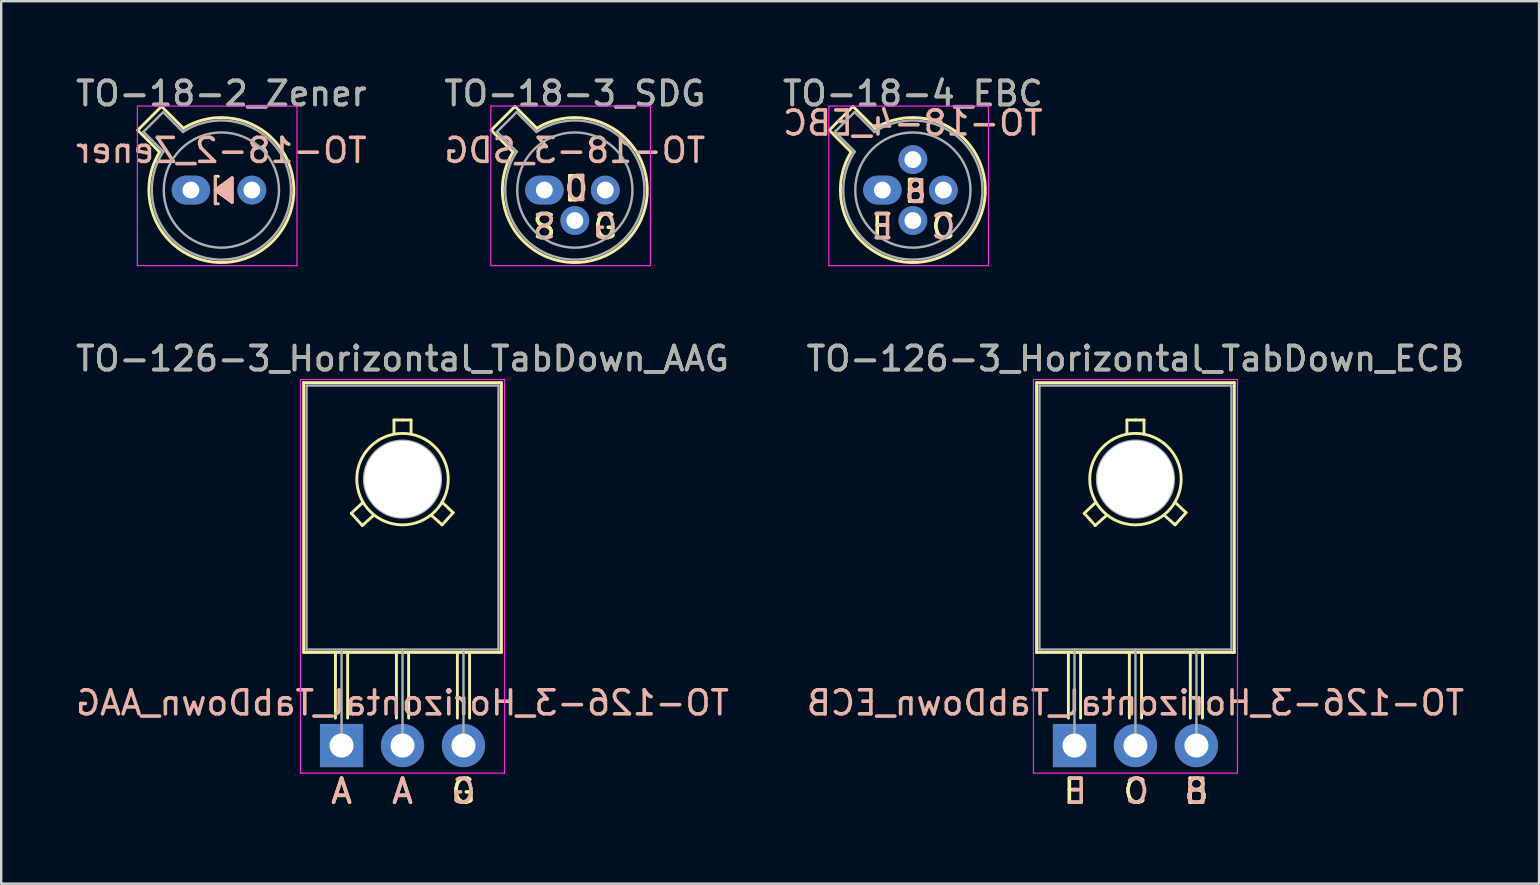
<source format=kicad_pcb>
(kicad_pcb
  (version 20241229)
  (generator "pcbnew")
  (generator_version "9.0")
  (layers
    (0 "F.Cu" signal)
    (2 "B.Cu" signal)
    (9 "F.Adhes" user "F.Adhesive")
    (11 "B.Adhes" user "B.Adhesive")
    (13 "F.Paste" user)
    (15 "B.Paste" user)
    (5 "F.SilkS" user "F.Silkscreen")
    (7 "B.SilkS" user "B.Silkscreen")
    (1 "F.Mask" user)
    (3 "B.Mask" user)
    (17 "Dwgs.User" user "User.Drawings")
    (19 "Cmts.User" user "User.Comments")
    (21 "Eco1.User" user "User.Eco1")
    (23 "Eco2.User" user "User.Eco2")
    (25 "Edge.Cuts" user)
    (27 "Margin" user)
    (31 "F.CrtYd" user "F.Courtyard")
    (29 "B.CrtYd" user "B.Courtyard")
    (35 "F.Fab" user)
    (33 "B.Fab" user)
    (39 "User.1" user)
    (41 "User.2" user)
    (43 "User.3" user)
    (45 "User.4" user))
  (footprint "TO-126-3_Horizontal_TabDown_AAG"
    (layer "F.Cu")
    (at 11.18 28.012)
    (property "Reference" "TO-126-3_Horizontal_TabDown_AAG" (at 2.54 -16.12 0) (layer "F.SilkS") (effects (font (size 1 1) (thickness 0.15))))
    (fp_line (start -1.58 -15.12) (end -1.58 -3.88) (stroke (width 0.12) (type solid)) (layer "F.SilkS"))
    (fp_line (start -1.58 -15.12) (end 6.66 -15.12) (stroke (width 0.12) (type solid)) (layer "F.SilkS"))
    (fp_line (start -1.58 -3.88) (end 6.66 -3.88) (stroke (width 0.12) (type solid)) (layer "F.SilkS"))
    (fp_line (start -0.254 -1.143) (end -0.254 -3.873) (stroke (width 0.12) (type solid)) (layer "F.SilkS"))
    (fp_line (start 0.254 -3.873) (end 0.254 -1.143) (stroke (width 0.12) (type solid)) (layer "F.SilkS"))
    (fp_line (start 0.406 -9.677) (end 0.864 -10.109) (stroke (width 0.12) (type solid)) (layer "F.SilkS"))
    (fp_line (start 0.635 -9.423) (end 0.406 -9.677) (stroke (width 0.12) (type solid)) (layer "F.SilkS"))
    (fp_line (start 0.864 -9.169) (end 0.635 -9.423) (stroke (width 0.12) (type solid)) (layer "F.SilkS"))
    (fp_line (start 0.864 -9.169) (end 1.321 -9.576) (stroke (width 0.12) (type solid)) (layer "F.SilkS"))
    (fp_line (start 2.184 -13.564) (end 2.184 -13.005) (stroke (width 0.12) (type solid)) (layer "F.SilkS"))
    (fp_line (start 2.184 -13.564) (end 2.54 -13.564) (stroke (width 0.12) (type solid)) (layer "F.SilkS"))
    (fp_line (start 2.286 -1.143) (end 2.286 -3.873) (stroke (width 0.12) (type solid)) (layer "F.SilkS"))
    (fp_line (start 2.54 -13.564) (end 2.896 -13.564) (stroke (width 0.12) (type solid)) (layer "F.SilkS"))
    (fp_line (start 2.794 -3.873) (end 2.794 -1.143) (stroke (width 0.12) (type solid)) (layer "F.SilkS"))
    (fp_line (start 2.896 -13.564) (end 2.896 -12.979) (stroke (width 0.12) (type solid)) (layer "F.SilkS"))
    (fp_line (start 4.191 -9.195) (end 3.734 -9.601) (stroke (width 0.12) (type solid)) (layer "F.SilkS"))
    (fp_line (start 4.191 -9.195) (end 4.42 -9.449) (stroke (width 0.12) (type solid)) (layer "F.SilkS"))
    (fp_line (start 4.42 -9.449) (end 4.648 -9.703) (stroke (width 0.12) (type solid)) (layer "F.SilkS"))
    (fp_line (start 4.648 -9.703) (end 4.191 -10.135) (stroke (width 0.12) (type solid)) (layer "F.SilkS"))
    (fp_line (start 4.826 -1.143) (end 4.826 -3.873) (stroke (width 0.12) (type solid)) (layer "F.SilkS"))
    (fp_line (start 5.334 -3.873) (end 5.334 -1.143) (stroke (width 0.12) (type solid)) (layer "F.SilkS"))
    (fp_line (start 6.66 -15.12) (end 6.66 -3.88) (stroke (width 0.12) (type solid)) (layer "F.SilkS"))
    (fp_circle (center 2.54 -11.1) (end 4.445 -11.125) (stroke (width 0.12) (type solid)) (fill no) (layer "F.SilkS"))
    (fp_line (start -1.71 -15.25) (end -1.71 1.15) (stroke (width 0.05) (type solid)) (layer "F.CrtYd"))
    (fp_line (start -1.71 1.15) (end 6.79 1.15) (stroke (width 0.05) (type solid)) (layer "F.CrtYd"))
    (fp_line (start 6.79 -15.25) (end -1.71 -15.25) (stroke (width 0.05) (type solid)) (layer "F.CrtYd"))
    (fp_line (start 6.79 1.15) (end 6.79 -15.25) (stroke (width 0.05) (type solid)) (layer "F.CrtYd"))
    (fp_line (start -1.46 -15) (end 6.54 -15) (stroke (width 0.1) (type solid)) (layer "F.Fab"))
    (fp_line (start -1.46 -4) (end -1.46 -15) (stroke (width 0.1) (type solid)) (layer "F.Fab"))
    (fp_line (start 0 -4) (end 0 0) (stroke (width 0.1) (type solid)) (layer "F.Fab"))
    (fp_line (start 2.54 -4) (end 2.54 0) (stroke (width 0.1) (type solid)) (layer "F.Fab"))
    (fp_line (start 5.08 -4) (end 5.08 0) (stroke (width 0.1) (type solid)) (layer "F.Fab"))
    (fp_line (start 6.54 -15) (end 6.54 -4) (stroke (width 0.1) (type solid)) (layer "F.Fab"))
    (fp_line (start 6.54 -4) (end -1.46 -4) (stroke (width 0.1) (type solid)) (layer "F.Fab"))
    (fp_circle (center 2.54 -11.1) (end 4.14 -11.1) (stroke (width 0.1) (type solid)) (fill no) (layer "F.Fab"))
    (fp_text user "G" (at 5.08 1.905 0) (unlocked yes) (layer "F.SilkS") (effects (font (size 1 1) (thickness 0.15))))
    (fp_text user "A" (at 0 1.905 0) (unlocked yes) (layer "F.SilkS") (effects (font (size 1 1) (thickness 0.15))))
    (fp_text user "A" (at 2.54 1.905 0) (unlocked yes) (layer "F.SilkS") (effects (font (size 1 1) (thickness 0.15))))
    (fp_text user "A" (at 2.54 1.905 0) (unlocked yes) (layer "B.SilkS") (effects (font (size 1 1) (thickness 0.15)) (justify mirror)))
    (fp_text user "${REFERENCE}" (at 2.54 -1.778 0) (layer "B.SilkS") (effects (font (size 1 1) (thickness 0.15)) (justify mirror)))
    (fp_text user "A" (at 0 1.905 0) (unlocked yes) (layer "B.SilkS") (effects (font (size 1 1) (thickness 0.15)) (justify mirror)))
    (fp_text user "G" (at 5.08 1.905 0) (unlocked yes) (layer "B.SilkS") (effects (font (size 1 1) (thickness 0.15)) (justify mirror)))
    (fp_text user "${REFERENCE}" (at 2.54 -16.12 0) (layer "F.Fab") (effects (font (size 1 1) (thickness 0.15))))
    (pad "" np_thru_hole oval (at 2.54 -11.1) (size 3.2 3.2) (drill 3.2) (layers "*.Cu" "*.Mask"))
    (pad "1" thru_hole rect (at 0 0) (size 1.8 1.8) (drill 1) (layers "*.Cu" "*.Mask"))
    (pad "2" thru_hole oval (at 2.54 0) (size 1.8 1.8) (drill 1) (layers "*.Cu" "*.Mask"))
    (pad "3" thru_hole oval (at 5.08 0) (size 1.8 1.8) (drill 1) (layers "*.Cu" "*.Mask")))
  (footprint "TO-18-2_Zener"
    (layer "F.Cu")
    (at 4.903 4.868)
    (property "Reference" "TO-18-2_Zener" (at 1.27 -4.02 0) (layer "F.SilkS") (effects (font (size 1 1) (thickness 0.15))))
    (fp_line (start -2.214 -2.494) (end -1.302 -1.582) (stroke (width 0.12) (type solid)) (layer "F.SilkS"))
    (fp_line (start -1.224 -3.484) (end -2.214 -2.494) (stroke (width 0.12) (type solid)) (layer "F.SilkS"))
    (fp_line (start -0.312 -2.572) (end -1.224 -3.484) (stroke (width 0.12) (type solid)) (layer "F.SilkS"))
    (fp_line (start 1.016 -0.572) (end 1.143 -0.572) (stroke (width 0.12) (type solid)) (layer "F.SilkS"))
    (fp_line (start 1.016 0) (end 1.714 -0.508) (stroke (width 0.12) (type solid)) (layer "F.SilkS"))
    (fp_line (start 1.016 0.572) (end 1.016 -0.572) (stroke (width 0.12) (type solid)) (layer "F.SilkS"))
    (fp_line (start 1.714 -0.508) (end 1.714 0.508) (stroke (width 0.12) (type solid)) (layer "F.SilkS"))
    (fp_line (start 1.714 0.508) (end 1.016 0) (stroke (width 0.12) (type solid)) (layer "F.SilkS"))
    (fp_arc (start -0.312331 -2.572281) (mid 3.405374 2.135551) (end -1.30215 -1.582544) (stroke (width 0.12) (type solid)) (layer "F.SilkS"))
    (fp_poly (pts (xy 1.016 0) (xy 1.714 -0.508) (xy 1.714 0.508)) (stroke (width 0.1) (type solid)) (fill yes) (layer "F.SilkS"))
    (fp_line (start 1.016 -0.572) (end 1.016 0.572) (stroke (width 0.12) (type solid)) (layer "B.SilkS"))
    (fp_line (start 1.016 0) (end 1.714 0.508) (stroke (width 0.12) (type solid)) (layer "B.SilkS"))
    (fp_line (start 1.016 0.572) (end 1.143 0.572) (stroke (width 0.12) (type solid)) (layer "B.SilkS"))
    (fp_line (start 1.714 -0.508) (end 1.016 0) (stroke (width 0.12) (type solid)) (layer "B.SilkS"))
    (fp_line (start 1.714 0.508) (end 1.714 -0.508) (stroke (width 0.12) (type solid)) (layer "B.SilkS"))
    (fp_poly (pts (xy 1.016 0) (xy 1.714 0.508) (xy 1.714 -0.508)) (stroke (width 0.1) (type solid)) (fill yes) (layer "B.SilkS"))
    (fp_line (start -2.23 -3.5) (end -2.23 3.15) (stroke (width 0.05) (type solid)) (layer "F.CrtYd"))
    (fp_line (start -2.23 3.15) (end 4.42 3.15) (stroke (width 0.05) (type solid)) (layer "F.CrtYd"))
    (fp_line (start 4.42 -3.5) (end -2.23 -3.5) (stroke (width 0.05) (type solid)) (layer "F.CrtYd"))
    (fp_line (start 4.42 3.15) (end 4.42 -3.5) (stroke (width 0.05) (type solid)) (layer "F.CrtYd"))
    (fp_line (start -1.977 -2.426) (end -1.149 -1.599) (stroke (width 0.1) (type solid)) (layer "F.Fab"))
    (fp_line (start -1.156 -3.247) (end -1.977 -2.426) (stroke (width 0.1) (type solid)) (layer "F.Fab"))
    (fp_line (start -0.329 -2.419) (end -1.156 -3.247) (stroke (width 0.1) (type solid)) (layer "F.Fab"))
    (fp_arc (start -0.329057 -2.419301) (mid 3.321076 2.050143) (end -1.150029 -1.597956) (stroke (width 0.1) (type solid)) (layer "F.Fab"))
    (fp_circle (center 1.27 0) (end 3.67 0) (stroke (width 0.1) (type solid)) (fill no) (layer "F.Fab"))
    (fp_text user "${REFERENCE}" (at 1.27 -1.651 0) (layer "B.SilkS") (effects (font (size 1 1) (thickness 0.15)) (justify mirror)))
    (fp_text user "${REFERENCE}" (at 1.27 -4.02 0) (layer "F.Fab") (effects (font (size 1 1) (thickness 0.15))))
    (pad "1" thru_hole oval (at 0 0) (size 1.6 1.2) (drill 0.7) (layers "*.Cu" "*.Mask"))
    (pad "2" thru_hole oval (at 2.54 0) (size 1.2 1.2) (drill 0.7) (layers "*.Cu" "*.Mask")))
  (footprint "TO-18-3_SDG"
    (layer "F.Cu")
    (at 19.629 4.868)
    (property "Reference" "TO-18-3_SDG" (at 1.27 -4.02 0) (layer "F.SilkS") (effects (font (size 1 1) (thickness 0.15))))
    (fp_line (start -2.214 -2.494) (end -1.302 -1.582) (stroke (width 0.12) (type solid)) (layer "F.SilkS"))
    (fp_line (start -1.224 -3.484) (end -2.214 -2.494) (stroke (width 0.12) (type solid)) (layer "F.SilkS"))
    (fp_line (start -0.312 -2.572) (end -1.224 -3.484) (stroke (width 0.12) (type solid)) (layer "F.SilkS"))
    (fp_arc (start -0.312331 -2.572281) (mid 3.405374 2.135551) (end -1.30215 -1.582544) (stroke (width 0.12) (type solid)) (layer "F.SilkS"))
    (fp_line (start -2.23 -3.5) (end -2.23 3.15) (stroke (width 0.05) (type solid)) (layer "F.CrtYd"))
    (fp_line (start -2.23 3.15) (end 4.42 3.15) (stroke (width 0.05) (type solid)) (layer "F.CrtYd"))
    (fp_line (start 4.42 -3.5) (end -2.23 -3.5) (stroke (width 0.05) (type solid)) (layer "F.CrtYd"))
    (fp_line (start 4.42 3.15) (end 4.42 -3.5) (stroke (width 0.05) (type solid)) (layer "F.CrtYd"))
    (fp_line (start -1.977 -2.426) (end -1.149 -1.599) (stroke (width 0.1) (type solid)) (layer "F.Fab"))
    (fp_line (start -1.156 -3.247) (end -1.977 -2.426) (stroke (width 0.1) (type solid)) (layer "F.Fab"))
    (fp_line (start -0.329 -2.419) (end -1.156 -3.247) (stroke (width 0.1) (type solid)) (layer "F.Fab"))
    (fp_arc (start -0.329057 -2.419301) (mid 3.321076 2.050143) (end -1.150029 -1.597956) (stroke (width 0.1) (type solid)) (layer "F.Fab"))
    (fp_circle (center 1.27 0) (end 3.67 0) (stroke (width 0.1) (type solid)) (fill no) (layer "F.Fab"))
    (fp_text user "S" (at 0 1.524 0) (unlocked yes) (layer "F.SilkS") (effects (font (size 1 1) (thickness 0.15))))
    (fp_text user "D" (at 1.321 -0.051 0) (unlocked yes) (layer "F.SilkS") (effects (font (size 1 1) (thickness 0.15))))
    (fp_text user "G" (at 2.54 1.524 0) (unlocked yes) (layer "F.SilkS") (effects (font (size 1 1) (thickness 0.15))))
    (fp_text user "D" (at 1.333 -0.064 0) (unlocked yes) (layer "B.SilkS") (effects (font (size 1 1) (thickness 0.15)) (justify mirror)))
    (fp_text user "G" (at 2.54 1.524 0) (unlocked yes) (layer "B.SilkS") (effects (font (size 1 1) (thickness 0.15)) (justify mirror)))
    (fp_text user "S" (at 0 1.524 0) (unlocked yes) (layer "B.SilkS") (effects (font (size 1 1) (thickness 0.15)) (justify mirror)))
    (fp_text user "${REFERENCE}" (at 1.27 -1.651 0) (layer "B.SilkS") (effects (font (size 1 1) (thickness 0.15)) (justify mirror)))
    (fp_text user "${REFERENCE}" (at 1.27 -4.02 0) (layer "F.Fab") (effects (font (size 1 1) (thickness 0.15))))
    (pad "1" thru_hole oval (at 0 0) (size 1.6 1.2) (drill 0.7) (layers "*.Cu" "*.Mask"))
    (pad "2" thru_hole oval (at 1.27 1.27) (size 1.2 1.2) (drill 0.7) (layers "*.Cu" "*.Mask"))
    (pad "3" thru_hole oval (at 2.54 0) (size 1.2 1.2) (drill 0.7) (layers "*.Cu" "*.Mask")))
  (footprint "TO-126-3_Horizontal_TabDown_ECB"
    (layer "F.Cu")
    (at 41.716 28.012)
    (property "Reference" "TO-126-3_Horizontal_TabDown_ECB" (at 2.54 -16.12 0) (layer "F.SilkS") (effects (font (size 1 1) (thickness 0.15))))
    (fp_line (start -1.58 -15.12) (end -1.58 -3.88) (stroke (width 0.12) (type solid)) (layer "F.SilkS"))
    (fp_line (start -1.58 -15.12) (end 6.66 -15.12) (stroke (width 0.12) (type solid)) (layer "F.SilkS"))
    (fp_line (start -1.58 -3.88) (end 6.66 -3.88) (stroke (width 0.12) (type solid)) (layer "F.SilkS"))
    (fp_line (start -0.254 -1.143) (end -0.254 -3.873) (stroke (width 0.12) (type solid)) (layer "F.SilkS"))
    (fp_line (start 0.254 -3.873) (end 0.254 -1.143) (stroke (width 0.12) (type solid)) (layer "F.SilkS"))
    (fp_line (start 0.406 -9.677) (end 0.864 -10.109) (stroke (width 0.12) (type solid)) (layer "F.SilkS"))
    (fp_line (start 0.635 -9.423) (end 0.406 -9.677) (stroke (width 0.12) (type solid)) (layer "F.SilkS"))
    (fp_line (start 0.864 -9.169) (end 0.635 -9.423) (stroke (width 0.12) (type solid)) (layer "F.SilkS"))
    (fp_line (start 0.864 -9.169) (end 1.321 -9.576) (stroke (width 0.12) (type solid)) (layer "F.SilkS"))
    (fp_line (start 2.184 -13.564) (end 2.184 -13.005) (stroke (width 0.12) (type solid)) (layer "F.SilkS"))
    (fp_line (start 2.184 -13.564) (end 2.54 -13.564) (stroke (width 0.12) (type solid)) (layer "F.SilkS"))
    (fp_line (start 2.286 -1.143) (end 2.286 -3.873) (stroke (width 0.12) (type solid)) (layer "F.SilkS"))
    (fp_line (start 2.54 -13.564) (end 2.896 -13.564) (stroke (width 0.12) (type solid)) (layer "F.SilkS"))
    (fp_line (start 2.794 -3.873) (end 2.794 -1.143) (stroke (width 0.12) (type solid)) (layer "F.SilkS"))
    (fp_line (start 2.896 -13.564) (end 2.896 -12.979) (stroke (width 0.12) (type solid)) (layer "F.SilkS"))
    (fp_line (start 4.191 -9.195) (end 3.734 -9.601) (stroke (width 0.12) (type solid)) (layer "F.SilkS"))
    (fp_line (start 4.191 -9.195) (end 4.42 -9.449) (stroke (width 0.12) (type solid)) (layer "F.SilkS"))
    (fp_line (start 4.42 -9.449) (end 4.648 -9.703) (stroke (width 0.12) (type solid)) (layer "F.SilkS"))
    (fp_line (start 4.648 -9.703) (end 4.191 -10.135) (stroke (width 0.12) (type solid)) (layer "F.SilkS"))
    (fp_line (start 4.826 -1.143) (end 4.826 -3.873) (stroke (width 0.12) (type solid)) (layer "F.SilkS"))
    (fp_line (start 5.334 -3.873) (end 5.334 -1.143) (stroke (width 0.12) (type solid)) (layer "F.SilkS"))
    (fp_line (start 6.66 -15.12) (end 6.66 -3.88) (stroke (width 0.12) (type solid)) (layer "F.SilkS"))
    (fp_circle (center 2.54 -11.1) (end 4.445 -11.125) (stroke (width 0.12) (type solid)) (fill no) (layer "F.SilkS"))
    (fp_line (start -1.71 -15.25) (end -1.71 1.15) (stroke (width 0.05) (type solid)) (layer "F.CrtYd"))
    (fp_line (start -1.71 1.15) (end 6.79 1.15) (stroke (width 0.05) (type solid)) (layer "F.CrtYd"))
    (fp_line (start 6.79 -15.25) (end -1.71 -15.25) (stroke (width 0.05) (type solid)) (layer "F.CrtYd"))
    (fp_line (start 6.79 1.15) (end 6.79 -15.25) (stroke (width 0.05) (type solid)) (layer "F.CrtYd"))
    (fp_line (start -1.46 -15) (end 6.54 -15) (stroke (width 0.1) (type solid)) (layer "F.Fab"))
    (fp_line (start -1.46 -4) (end -1.46 -15) (stroke (width 0.1) (type solid)) (layer "F.Fab"))
    (fp_line (start 0 -4) (end 0 0) (stroke (width 0.1) (type solid)) (layer "F.Fab"))
    (fp_line (start 2.54 -4) (end 2.54 0) (stroke (width 0.1) (type solid)) (layer "F.Fab"))
    (fp_line (start 5.08 -4) (end 5.08 0) (stroke (width 0.1) (type solid)) (layer "F.Fab"))
    (fp_line (start 6.54 -15) (end 6.54 -4) (stroke (width 0.1) (type solid)) (layer "F.Fab"))
    (fp_line (start 6.54 -4) (end -1.46 -4) (stroke (width 0.1) (type solid)) (layer "F.Fab"))
    (fp_circle (center 2.54 -11.1) (end 4.14 -11.1) (stroke (width 0.1) (type solid)) (fill no) (layer "F.Fab"))
    (fp_text user "E" (at 0 1.905 0) (unlocked yes) (layer "F.SilkS") (effects (font (size 1 1) (thickness 0.15))))
    (fp_text user "C" (at 2.54 1.905 0) (unlocked yes) (layer "F.SilkS") (effects (font (size 1 1) (thickness 0.15))))
    (fp_text user "B" (at 5.08 1.905 0) (unlocked yes) (layer "F.SilkS") (effects (font (size 1 1) (thickness 0.15))))
    (fp_text user "C" (at 2.603 1.905 0) (unlocked yes) (layer "B.SilkS") (effects (font (size 1 1) (thickness 0.15)) (justify mirror)))
    (fp_text user "${REFERENCE}" (at 2.54 -1.778 0) (layer "B.SilkS") (effects (font (size 1 1) (thickness 0.15)) (justify mirror)))
    (fp_text user "B" (at 5.08 1.905 0) (unlocked yes) (layer "B.SilkS") (effects (font (size 1 1) (thickness 0.15)) (justify mirror)))
    (fp_text user "E" (at 0.064 1.905 0) (unlocked yes) (layer "B.SilkS") (effects (font (size 1 1) (thickness 0.15)) (justify mirror)))
    (fp_text user "${REFERENCE}" (at 2.54 -16.12 0) (layer "F.Fab") (effects (font (size 1 1) (thickness 0.15))))
    (pad "" np_thru_hole oval (at 2.54 -11.1) (size 3.2 3.2) (drill 3.2) (layers "*.Cu" "*.Mask"))
    (pad "1" thru_hole rect (at 0 0) (size 1.8 1.8) (drill 1) (layers "*.Cu" "*.Mask"))
    (pad "2" thru_hole oval (at 2.54 0) (size 1.8 1.8) (drill 1) (layers "*.Cu" "*.Mask"))
    (pad "3" thru_hole oval (at 5.08 0) (size 1.8 1.8) (drill 1) (layers "*.Cu" "*.Mask")))
  (footprint "TO-18-4_EBC"
    (layer "F.Cu")
    (at 33.712 4.868)
    (property "Reference" "TO-18-4_EBC" (at 1.27 -4.02 0) (layer "F.SilkS") (effects (font (size 1 1) (thickness 0.15))))
    (fp_line (start -2.214 -2.494) (end -1.302 -1.582) (stroke (width 0.12) (type solid)) (layer "F.SilkS"))
    (fp_line (start -1.224 -3.484) (end -2.214 -2.494) (stroke (width 0.12) (type solid)) (layer "F.SilkS"))
    (fp_line (start -0.312 -2.572) (end -1.224 -3.484) (stroke (width 0.12) (type solid)) (layer "F.SilkS"))
    (fp_arc (start -0.312331 -2.572281) (mid 3.405374 2.135551) (end -1.30215 -1.582544) (stroke (width 0.12) (type solid)) (layer "F.SilkS"))
    (fp_line (start -2.23 -3.5) (end -2.23 3.15) (stroke (width 0.05) (type solid)) (layer "F.CrtYd"))
    (fp_line (start -2.23 3.15) (end 4.42 3.15) (stroke (width 0.05) (type solid)) (layer "F.CrtYd"))
    (fp_line (start 4.42 -3.5) (end -2.23 -3.5) (stroke (width 0.05) (type solid)) (layer "F.CrtYd"))
    (fp_line (start 4.42 3.15) (end 4.42 -3.5) (stroke (width 0.05) (type solid)) (layer "F.CrtYd"))
    (fp_line (start -1.977 -2.426) (end -1.149 -1.599) (stroke (width 0.1) (type solid)) (layer "F.Fab"))
    (fp_line (start -1.156 -3.247) (end -1.977 -2.426) (stroke (width 0.1) (type solid)) (layer "F.Fab"))
    (fp_line (start -0.329 -2.419) (end -1.156 -3.247) (stroke (width 0.1) (type solid)) (layer "F.Fab"))
    (fp_arc (start -0.329057 -2.419301) (mid 3.321076 2.050143) (end -1.150029 -1.597956) (stroke (width 0.1) (type solid)) (layer "F.Fab"))
    (fp_circle (center 1.27 0) (end 3.67 0) (stroke (width 0.1) (type solid)) (fill no) (layer "F.Fab"))
    (fp_text user "E" (at 0 1.524 0) (unlocked yes) (layer "F.SilkS") (effects (font (size 1 1) (thickness 0.15))))
    (fp_text user "B" (at 1.372 0.051 0) (unlocked yes) (layer "F.SilkS") (effects (font (size 0.9 0.9) (thickness 0.15))))
    (fp_text user "C" (at 2.54 1.524 0) (unlocked yes) (layer "F.SilkS") (effects (font (size 1 1) (thickness 0.15))))
    (fp_text user "C" (at 2.54 1.524 0) (unlocked yes) (layer "B.SilkS") (effects (font (size 1 1) (thickness 0.15)) (justify mirror)))
    (fp_text user "B" (at 1.397 0.064 0) (unlocked yes) (layer "B.SilkS") (effects (font (size 0.9 0.9) (thickness 0.15)) (justify mirror)))
    (fp_text user "${REFERENCE}" (at 1.27 -2.794 0) (layer "B.SilkS") (effects (font (size 1 1) (thickness 0.15)) (justify mirror)))
    (fp_text user "E" (at 0 1.524 0) (unlocked yes) (layer "B.SilkS") (effects (font (size 1 1) (thickness 0.15)) (justify mirror)))
    (fp_text user "${REFERENCE}" (at 1.27 -4.02 0) (layer "F.Fab") (effects (font (size 1 1) (thickness 0.15))))
    (pad "1" thru_hole oval (at 0 0) (size 1.6 1.2) (drill 0.7) (layers "*.Cu" "*.Mask"))
    (pad "2" thru_hole oval (at 1.27 1.27) (size 1.2 1.2) (drill 0.7) (layers "*.Cu" "*.Mask"))
    (pad "3" thru_hole oval (at 2.54 0) (size 1.2 1.2) (drill 0.7) (layers "*.Cu" "*.Mask"))
    (pad "4" thru_hole oval (at 1.27 -1.27) (size 1.2 1.2) (drill 0.7) (layers "*.Cu" "*.Mask")))
  (gr_rect
    (start -3 -3)
    (end 61.071 33.765)
    (stroke (width 0.1) (type default))
    (fill no)
    (layer "Edge.Cuts")))
</source>
